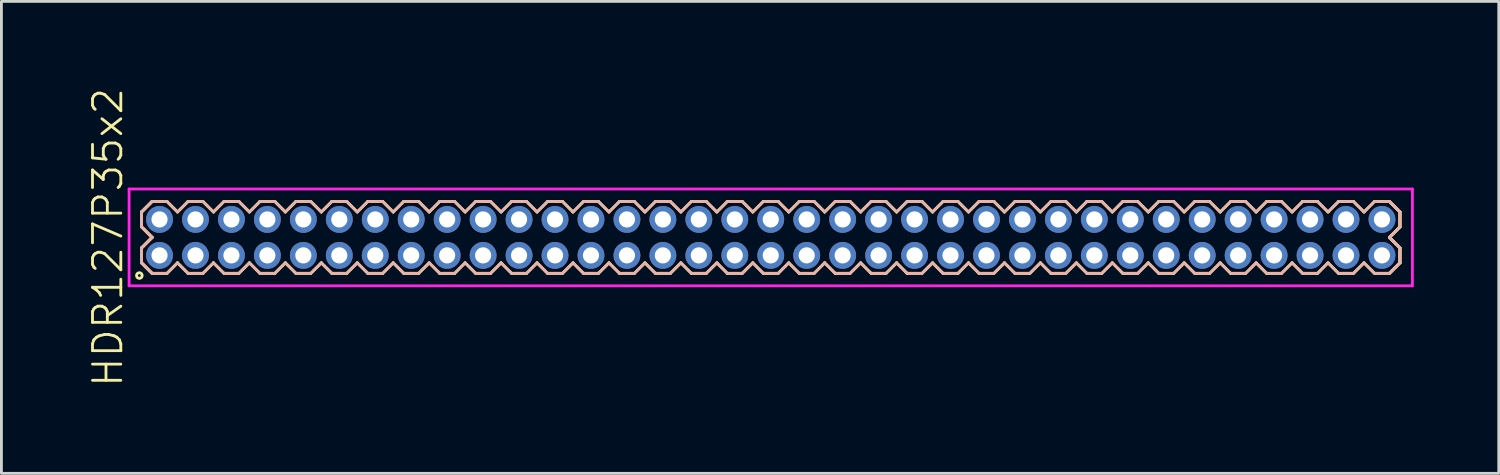
<source format=kicad_pcb>
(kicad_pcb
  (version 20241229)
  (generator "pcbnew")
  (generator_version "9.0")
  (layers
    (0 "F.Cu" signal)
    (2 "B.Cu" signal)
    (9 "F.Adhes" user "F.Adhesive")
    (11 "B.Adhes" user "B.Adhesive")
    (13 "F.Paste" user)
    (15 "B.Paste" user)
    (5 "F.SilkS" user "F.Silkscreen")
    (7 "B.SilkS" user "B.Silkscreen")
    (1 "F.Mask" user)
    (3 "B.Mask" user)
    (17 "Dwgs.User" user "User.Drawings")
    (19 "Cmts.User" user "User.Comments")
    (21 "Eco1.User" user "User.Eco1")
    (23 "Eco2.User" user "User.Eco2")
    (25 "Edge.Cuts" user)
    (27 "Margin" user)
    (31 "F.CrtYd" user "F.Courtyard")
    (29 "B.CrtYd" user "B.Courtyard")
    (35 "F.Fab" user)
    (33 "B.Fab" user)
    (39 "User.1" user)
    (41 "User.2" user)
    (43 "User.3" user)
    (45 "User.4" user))
  (footprint "HDR127P35x2"
    (layer "F.Cu")
    (at 24.175 5.336)
    (property "Reference" "HDR127P35x2" (at -23.415 0 90) (layer "F.SilkS") (effects (font (size 1 1) (thickness 0.1))))
    (attr through_hole)
    (fp_line (start -22.225 -0.898) (end -21.853 -1.27) (stroke (width 0.1) (type solid)) (layer "F.SilkS"))
    (fp_line (start -22.225 -0.898) (end -21.853 -1.27) (stroke (width 0.1) (type solid)) (layer "F.SilkS"))
    (fp_line (start -22.225 -0.372) (end -22.225 -0.898) (stroke (width 0.1) (type solid)) (layer "F.SilkS"))
    (fp_line (start -22.225 -0.372) (end -22.225 -0.898) (stroke (width 0.1) (type solid)) (layer "F.SilkS"))
    (fp_line (start -22.225 0.372) (end -21.853 0) (stroke (width 0.1) (type solid)) (layer "F.SilkS"))
    (fp_line (start -22.225 0.372) (end -21.853 0) (stroke (width 0.1) (type solid)) (layer "F.SilkS"))
    (fp_line (start -22.225 0.898) (end -22.225 0.372) (stroke (width 0.1) (type solid)) (layer "F.SilkS"))
    (fp_line (start -22.225 0.898) (end -22.225 0.372) (stroke (width 0.1) (type solid)) (layer "F.SilkS"))
    (fp_line (start -21.853 -1.27) (end -21.327 -1.27) (stroke (width 0.1) (type solid)) (layer "F.SilkS"))
    (fp_line (start -21.853 0) (end -22.225 -0.372) (stroke (width 0.1) (type solid)) (layer "F.SilkS"))
    (fp_line (start -21.853 0) (end -22.225 -0.372) (stroke (width 0.1) (type solid)) (layer "F.SilkS"))
    (fp_line (start -21.853 1.27) (end -22.225 0.898) (stroke (width 0.1) (type solid)) (layer "F.SilkS"))
    (fp_line (start -21.853 1.27) (end -22.225 0.898) (stroke (width 0.1) (type solid)) (layer "F.SilkS"))
    (fp_line (start -21.327 -1.27) (end -20.955 -0.898) (stroke (width 0.1) (type solid)) (layer "F.SilkS"))
    (fp_line (start -21.327 1.27) (end -21.853 1.27) (stroke (width 0.1) (type solid)) (layer "F.SilkS"))
    (fp_line (start -20.955 -0.898) (end -20.583 -1.27) (stroke (width 0.1) (type solid)) (layer "F.SilkS"))
    (fp_line (start -20.955 0.898) (end -21.327 1.27) (stroke (width 0.1) (type solid)) (layer "F.SilkS"))
    (fp_line (start -20.583 -1.27) (end -20.057 -1.27) (stroke (width 0.1) (type solid)) (layer "F.SilkS"))
    (fp_line (start -20.583 1.27) (end -20.955 0.898) (stroke (width 0.1) (type solid)) (layer "F.SilkS"))
    (fp_line (start -20.057 -1.27) (end -19.685 -0.898) (stroke (width 0.1) (type solid)) (layer "F.SilkS"))
    (fp_line (start -20.057 1.27) (end -20.583 1.27) (stroke (width 0.1) (type solid)) (layer "F.SilkS"))
    (fp_line (start -19.685 -0.898) (end -19.313 -1.27) (stroke (width 0.1) (type solid)) (layer "F.SilkS"))
    (fp_line (start -19.685 0.898) (end -20.057 1.27) (stroke (width 0.1) (type solid)) (layer "F.SilkS"))
    (fp_line (start -19.313 -1.27) (end -18.787 -1.27) (stroke (width 0.1) (type solid)) (layer "F.SilkS"))
    (fp_line (start -19.313 1.27) (end -19.685 0.898) (stroke (width 0.1) (type solid)) (layer "F.SilkS"))
    (fp_line (start -18.787 -1.27) (end -18.415 -0.898) (stroke (width 0.1) (type solid)) (layer "F.SilkS"))
    (fp_line (start -18.787 1.27) (end -19.313 1.27) (stroke (width 0.1) (type solid)) (layer "F.SilkS"))
    (fp_line (start -18.415 -0.898) (end -18.043 -1.27) (stroke (width 0.1) (type solid)) (layer "F.SilkS"))
    (fp_line (start -18.415 0.898) (end -18.787 1.27) (stroke (width 0.1) (type solid)) (layer "F.SilkS"))
    (fp_line (start -18.043 -1.27) (end -17.517 -1.27) (stroke (width 0.1) (type solid)) (layer "F.SilkS"))
    (fp_line (start -18.043 1.27) (end -18.415 0.898) (stroke (width 0.1) (type solid)) (layer "F.SilkS"))
    (fp_line (start -17.517 -1.27) (end -17.145 -0.898) (stroke (width 0.1) (type solid)) (layer "F.SilkS"))
    (fp_line (start -17.517 1.27) (end -18.043 1.27) (stroke (width 0.1) (type solid)) (layer "F.SilkS"))
    (fp_line (start -17.145 -0.898) (end -16.773 -1.27) (stroke (width 0.1) (type solid)) (layer "F.SilkS"))
    (fp_line (start -17.145 0.898) (end -17.517 1.27) (stroke (width 0.1) (type solid)) (layer "F.SilkS"))
    (fp_line (start -16.773 -1.27) (end -16.247 -1.27) (stroke (width 0.1) (type solid)) (layer "F.SilkS"))
    (fp_line (start -16.773 1.27) (end -17.145 0.898) (stroke (width 0.1) (type solid)) (layer "F.SilkS"))
    (fp_line (start -16.247 -1.27) (end -15.875 -0.898) (stroke (width 0.1) (type solid)) (layer "F.SilkS"))
    (fp_line (start -16.247 1.27) (end -16.773 1.27) (stroke (width 0.1) (type solid)) (layer "F.SilkS"))
    (fp_line (start -15.875 -0.898) (end -15.503 -1.27) (stroke (width 0.1) (type solid)) (layer "F.SilkS"))
    (fp_line (start -15.875 0.898) (end -16.247 1.27) (stroke (width 0.1) (type solid)) (layer "F.SilkS"))
    (fp_line (start -15.503 -1.27) (end -14.977 -1.27) (stroke (width 0.1) (type solid)) (layer "F.SilkS"))
    (fp_line (start -15.503 1.27) (end -15.875 0.898) (stroke (width 0.1) (type solid)) (layer "F.SilkS"))
    (fp_line (start -14.977 -1.27) (end -14.605 -0.898) (stroke (width 0.1) (type solid)) (layer "F.SilkS"))
    (fp_line (start -14.977 1.27) (end -15.503 1.27) (stroke (width 0.1) (type solid)) (layer "F.SilkS"))
    (fp_line (start -14.605 -0.898) (end -14.233 -1.27) (stroke (width 0.1) (type solid)) (layer "F.SilkS"))
    (fp_line (start -14.605 0.898) (end -14.977 1.27) (stroke (width 0.1) (type solid)) (layer "F.SilkS"))
    (fp_line (start -14.233 -1.27) (end -13.707 -1.27) (stroke (width 0.1) (type solid)) (layer "F.SilkS"))
    (fp_line (start -14.233 1.27) (end -14.605 0.898) (stroke (width 0.1) (type solid)) (layer "F.SilkS"))
    (fp_line (start -13.707 -1.27) (end -13.335 -0.898) (stroke (width 0.1) (type solid)) (layer "F.SilkS"))
    (fp_line (start -13.707 1.27) (end -14.233 1.27) (stroke (width 0.1) (type solid)) (layer "F.SilkS"))
    (fp_line (start -13.335 -0.898) (end -12.963 -1.27) (stroke (width 0.1) (type solid)) (layer "F.SilkS"))
    (fp_line (start -13.335 0.898) (end -13.707 1.27) (stroke (width 0.1) (type solid)) (layer "F.SilkS"))
    (fp_line (start -12.963 -1.27) (end -12.437 -1.27) (stroke (width 0.1) (type solid)) (layer "F.SilkS"))
    (fp_line (start -12.963 1.27) (end -13.335 0.898) (stroke (width 0.1) (type solid)) (layer "F.SilkS"))
    (fp_line (start -12.437 -1.27) (end -12.065 -0.898) (stroke (width 0.1) (type solid)) (layer "F.SilkS"))
    (fp_line (start -12.437 1.27) (end -12.963 1.27) (stroke (width 0.1) (type solid)) (layer "F.SilkS"))
    (fp_line (start -12.065 -0.898) (end -11.693 -1.27) (stroke (width 0.1) (type solid)) (layer "F.SilkS"))
    (fp_line (start -12.065 0.898) (end -12.437 1.27) (stroke (width 0.1) (type solid)) (layer "F.SilkS"))
    (fp_line (start -11.693 -1.27) (end -11.167 -1.27) (stroke (width 0.1) (type solid)) (layer "F.SilkS"))
    (fp_line (start -11.693 1.27) (end -12.065 0.898) (stroke (width 0.1) (type solid)) (layer "F.SilkS"))
    (fp_line (start -11.167 -1.27) (end -10.795 -0.898) (stroke (width 0.1) (type solid)) (layer "F.SilkS"))
    (fp_line (start -11.167 1.27) (end -11.693 1.27) (stroke (width 0.1) (type solid)) (layer "F.SilkS"))
    (fp_line (start -10.795 -0.898) (end -10.423 -1.27) (stroke (width 0.1) (type solid)) (layer "F.SilkS"))
    (fp_line (start -10.795 0.898) (end -11.167 1.27) (stroke (width 0.1) (type solid)) (layer "F.SilkS"))
    (fp_line (start -10.423 -1.27) (end -9.897 -1.27) (stroke (width 0.1) (type solid)) (layer "F.SilkS"))
    (fp_line (start -10.423 1.27) (end -10.795 0.898) (stroke (width 0.1) (type solid)) (layer "F.SilkS"))
    (fp_line (start -9.897 -1.27) (end -9.525 -0.898) (stroke (width 0.1) (type solid)) (layer "F.SilkS"))
    (fp_line (start -9.897 1.27) (end -10.423 1.27) (stroke (width 0.1) (type solid)) (layer "F.SilkS"))
    (fp_line (start -9.525 -0.898) (end -9.153 -1.27) (stroke (width 0.1) (type solid)) (layer "F.SilkS"))
    (fp_line (start -9.525 0.898) (end -9.897 1.27) (stroke (width 0.1) (type solid)) (layer "F.SilkS"))
    (fp_line (start -9.153 -1.27) (end -8.627 -1.27) (stroke (width 0.1) (type solid)) (layer "F.SilkS"))
    (fp_line (start -9.153 1.27) (end -9.525 0.898) (stroke (width 0.1) (type solid)) (layer "F.SilkS"))
    (fp_line (start -8.627 -1.27) (end -8.255 -0.898) (stroke (width 0.1) (type solid)) (layer "F.SilkS"))
    (fp_line (start -8.627 1.27) (end -9.153 1.27) (stroke (width 0.1) (type solid)) (layer "F.SilkS"))
    (fp_line (start -8.255 -0.898) (end -7.883 -1.27) (stroke (width 0.1) (type solid)) (layer "F.SilkS"))
    (fp_line (start -8.255 0.898) (end -8.627 1.27) (stroke (width 0.1) (type solid)) (layer "F.SilkS"))
    (fp_line (start -7.883 -1.27) (end -7.357 -1.27) (stroke (width 0.1) (type solid)) (layer "F.SilkS"))
    (fp_line (start -7.883 1.27) (end -8.255 0.898) (stroke (width 0.1) (type solid)) (layer "F.SilkS"))
    (fp_line (start -7.357 -1.27) (end -6.985 -0.898) (stroke (width 0.1) (type solid)) (layer "F.SilkS"))
    (fp_line (start -7.357 1.27) (end -7.883 1.27) (stroke (width 0.1) (type solid)) (layer "F.SilkS"))
    (fp_line (start -6.985 -0.898) (end -6.613 -1.27) (stroke (width 0.1) (type solid)) (layer "F.SilkS"))
    (fp_line (start -6.985 0.898) (end -7.357 1.27) (stroke (width 0.1) (type solid)) (layer "F.SilkS"))
    (fp_line (start -6.613 -1.27) (end -6.087 -1.27) (stroke (width 0.1) (type solid)) (layer "F.SilkS"))
    (fp_line (start -6.613 1.27) (end -6.985 0.898) (stroke (width 0.1) (type solid)) (layer "F.SilkS"))
    (fp_line (start -6.087 -1.27) (end -5.715 -0.898) (stroke (width 0.1) (type solid)) (layer "F.SilkS"))
    (fp_line (start -6.087 1.27) (end -6.613 1.27) (stroke (width 0.1) (type solid)) (layer "F.SilkS"))
    (fp_line (start -5.715 -0.898) (end -5.343 -1.27) (stroke (width 0.1) (type solid)) (layer "F.SilkS"))
    (fp_line (start -5.715 0.898) (end -6.087 1.27) (stroke (width 0.1) (type solid)) (layer "F.SilkS"))
    (fp_line (start -5.343 -1.27) (end -4.817 -1.27) (stroke (width 0.1) (type solid)) (layer "F.SilkS"))
    (fp_line (start -5.343 1.27) (end -5.715 0.898) (stroke (width 0.1) (type solid)) (layer "F.SilkS"))
    (fp_line (start -4.817 -1.27) (end -4.445 -0.898) (stroke (width 0.1) (type solid)) (layer "F.SilkS"))
    (fp_line (start -4.817 1.27) (end -5.343 1.27) (stroke (width 0.1) (type solid)) (layer "F.SilkS"))
    (fp_line (start -4.445 -0.898) (end -4.073 -1.27) (stroke (width 0.1) (type solid)) (layer "F.SilkS"))
    (fp_line (start -4.445 0.898) (end -4.817 1.27) (stroke (width 0.1) (type solid)) (layer "F.SilkS"))
    (fp_line (start -4.073 -1.27) (end -3.547 -1.27) (stroke (width 0.1) (type solid)) (layer "F.SilkS"))
    (fp_line (start -4.073 1.27) (end -4.445 0.898) (stroke (width 0.1) (type solid)) (layer "F.SilkS"))
    (fp_line (start -3.547 -1.27) (end -3.175 -0.898) (stroke (width 0.1) (type solid)) (layer "F.SilkS"))
    (fp_line (start -3.547 1.27) (end -4.073 1.27) (stroke (width 0.1) (type solid)) (layer "F.SilkS"))
    (fp_line (start -3.175 -0.898) (end -2.803 -1.27) (stroke (width 0.1) (type solid)) (layer "F.SilkS"))
    (fp_line (start -3.175 0.898) (end -3.547 1.27) (stroke (width 0.1) (type solid)) (layer "F.SilkS"))
    (fp_line (start -2.803 -1.27) (end -2.277 -1.27) (stroke (width 0.1) (type solid)) (layer "F.SilkS"))
    (fp_line (start -2.803 1.27) (end -3.175 0.898) (stroke (width 0.1) (type solid)) (layer "F.SilkS"))
    (fp_line (start -2.277 -1.27) (end -1.905 -0.898) (stroke (width 0.1) (type solid)) (layer "F.SilkS"))
    (fp_line (start -2.277 1.27) (end -2.803 1.27) (stroke (width 0.1) (type solid)) (layer "F.SilkS"))
    (fp_line (start -1.905 -0.898) (end -1.533 -1.27) (stroke (width 0.1) (type solid)) (layer "F.SilkS"))
    (fp_line (start -1.905 0.898) (end -2.277 1.27) (stroke (width 0.1) (type solid)) (layer "F.SilkS"))
    (fp_line (start -1.533 -1.27) (end -1.007 -1.27) (stroke (width 0.1) (type solid)) (layer "F.SilkS"))
    (fp_line (start -1.533 1.27) (end -1.905 0.898) (stroke (width 0.1) (type solid)) (layer "F.SilkS"))
    (fp_line (start -1.007 -1.27) (end -0.635 -0.898) (stroke (width 0.1) (type solid)) (layer "F.SilkS"))
    (fp_line (start -1.007 1.27) (end -1.533 1.27) (stroke (width 0.1) (type solid)) (layer "F.SilkS"))
    (fp_line (start -0.635 -0.898) (end -0.263 -1.27) (stroke (width 0.1) (type solid)) (layer "F.SilkS"))
    (fp_line (start -0.635 0.898) (end -1.007 1.27) (stroke (width 0.1) (type solid)) (layer "F.SilkS"))
    (fp_line (start -0.263 -1.27) (end 0.263 -1.27) (stroke (width 0.1) (type solid)) (layer "F.SilkS"))
    (fp_line (start -0.263 1.27) (end -0.635 0.898) (stroke (width 0.1) (type solid)) (layer "F.SilkS"))
    (fp_line (start 0.263 -1.27) (end 0.635 -0.898) (stroke (width 0.1) (type solid)) (layer "F.SilkS"))
    (fp_line (start 0.263 1.27) (end -0.263 1.27) (stroke (width 0.1) (type solid)) (layer "F.SilkS"))
    (fp_line (start 0.635 -0.898) (end 1.007 -1.27) (stroke (width 0.1) (type solid)) (layer "F.SilkS"))
    (fp_line (start 0.635 0.898) (end 0.263 1.27) (stroke (width 0.1) (type solid)) (layer "F.SilkS"))
    (fp_line (start 1.007 -1.27) (end 1.533 -1.27) (stroke (width 0.1) (type solid)) (layer "F.SilkS"))
    (fp_line (start 1.007 1.27) (end 0.635 0.898) (stroke (width 0.1) (type solid)) (layer "F.SilkS"))
    (fp_line (start 1.533 -1.27) (end 1.905 -0.898) (stroke (width 0.1) (type solid)) (layer "F.SilkS"))
    (fp_line (start 1.533 1.27) (end 1.007 1.27) (stroke (width 0.1) (type solid)) (layer "F.SilkS"))
    (fp_line (start 1.905 -0.898) (end 2.277 -1.27) (stroke (width 0.1) (type solid)) (layer "F.SilkS"))
    (fp_line (start 1.905 0.898) (end 1.533 1.27) (stroke (width 0.1) (type solid)) (layer "F.SilkS"))
    (fp_line (start 2.277 -1.27) (end 2.803 -1.27) (stroke (width 0.1) (type solid)) (layer "F.SilkS"))
    (fp_line (start 2.277 1.27) (end 1.905 0.898) (stroke (width 0.1) (type solid)) (layer "F.SilkS"))
    (fp_line (start 2.803 -1.27) (end 3.175 -0.898) (stroke (width 0.1) (type solid)) (layer "F.SilkS"))
    (fp_line (start 2.803 1.27) (end 2.277 1.27) (stroke (width 0.1) (type solid)) (layer "F.SilkS"))
    (fp_line (start 3.175 -0.898) (end 3.547 -1.27) (stroke (width 0.1) (type solid)) (layer "F.SilkS"))
    (fp_line (start 3.175 0.898) (end 2.803 1.27) (stroke (width 0.1) (type solid)) (layer "F.SilkS"))
    (fp_line (start 3.547 -1.27) (end 4.073 -1.27) (stroke (width 0.1) (type solid)) (layer "F.SilkS"))
    (fp_line (start 3.547 1.27) (end 3.175 0.898) (stroke (width 0.1) (type solid)) (layer "F.SilkS"))
    (fp_line (start 4.073 -1.27) (end 4.445 -0.898) (stroke (width 0.1) (type solid)) (layer "F.SilkS"))
    (fp_line (start 4.073 1.27) (end 3.547 1.27) (stroke (width 0.1) (type solid)) (layer "F.SilkS"))
    (fp_line (start 4.445 -0.898) (end 4.817 -1.27) (stroke (width 0.1) (type solid)) (layer "F.SilkS"))
    (fp_line (start 4.445 0.898) (end 4.073 1.27) (stroke (width 0.1) (type solid)) (layer "F.SilkS"))
    (fp_line (start 4.817 -1.27) (end 5.343 -1.27) (stroke (width 0.1) (type solid)) (layer "F.SilkS"))
    (fp_line (start 4.817 1.27) (end 4.445 0.898) (stroke (width 0.1) (type solid)) (layer "F.SilkS"))
    (fp_line (start 5.343 -1.27) (end 5.715 -0.898) (stroke (width 0.1) (type solid)) (layer "F.SilkS"))
    (fp_line (start 5.343 1.27) (end 4.817 1.27) (stroke (width 0.1) (type solid)) (layer "F.SilkS"))
    (fp_line (start 5.715 -0.898) (end 6.087 -1.27) (stroke (width 0.1) (type solid)) (layer "F.SilkS"))
    (fp_line (start 5.715 0.898) (end 5.343 1.27) (stroke (width 0.1) (type solid)) (layer "F.SilkS"))
    (fp_line (start 6.087 -1.27) (end 6.613 -1.27) (stroke (width 0.1) (type solid)) (layer "F.SilkS"))
    (fp_line (start 6.087 1.27) (end 5.715 0.898) (stroke (width 0.1) (type solid)) (layer "F.SilkS"))
    (fp_line (start 6.613 -1.27) (end 6.985 -0.898) (stroke (width 0.1) (type solid)) (layer "F.SilkS"))
    (fp_line (start 6.613 1.27) (end 6.087 1.27) (stroke (width 0.1) (type solid)) (layer "F.SilkS"))
    (fp_line (start 6.985 -0.898) (end 7.357 -1.27) (stroke (width 0.1) (type solid)) (layer "F.SilkS"))
    (fp_line (start 6.985 0.898) (end 6.613 1.27) (stroke (width 0.1) (type solid)) (layer "F.SilkS"))
    (fp_line (start 7.357 -1.27) (end 7.883 -1.27) (stroke (width 0.1) (type solid)) (layer "F.SilkS"))
    (fp_line (start 7.357 1.27) (end 6.985 0.898) (stroke (width 0.1) (type solid)) (layer "F.SilkS"))
    (fp_line (start 7.883 -1.27) (end 8.255 -0.898) (stroke (width 0.1) (type solid)) (layer "F.SilkS"))
    (fp_line (start 7.883 1.27) (end 7.357 1.27) (stroke (width 0.1) (type solid)) (layer "F.SilkS"))
    (fp_line (start 8.255 -0.898) (end 8.627 -1.27) (stroke (width 0.1) (type solid)) (layer "F.SilkS"))
    (fp_line (start 8.255 0.898) (end 7.883 1.27) (stroke (width 0.1) (type solid)) (layer "F.SilkS"))
    (fp_line (start 8.627 -1.27) (end 9.153 -1.27) (stroke (width 0.1) (type solid)) (layer "F.SilkS"))
    (fp_line (start 8.627 1.27) (end 8.255 0.898) (stroke (width 0.1) (type solid)) (layer "F.SilkS"))
    (fp_line (start 9.153 -1.27) (end 9.525 -0.898) (stroke (width 0.1) (type solid)) (layer "F.SilkS"))
    (fp_line (start 9.153 1.27) (end 8.627 1.27) (stroke (width 0.1) (type solid)) (layer "F.SilkS"))
    (fp_line (start 9.525 -0.898) (end 9.897 -1.27) (stroke (width 0.1) (type solid)) (layer "F.SilkS"))
    (fp_line (start 9.525 0.898) (end 9.153 1.27) (stroke (width 0.1) (type solid)) (layer "F.SilkS"))
    (fp_line (start 9.897 -1.27) (end 10.423 -1.27) (stroke (width 0.1) (type solid)) (layer "F.SilkS"))
    (fp_line (start 9.897 1.27) (end 9.525 0.898) (stroke (width 0.1) (type solid)) (layer "F.SilkS"))
    (fp_line (start 10.423 -1.27) (end 10.795 -0.898) (stroke (width 0.1) (type solid)) (layer "F.SilkS"))
    (fp_line (start 10.423 1.27) (end 9.897 1.27) (stroke (width 0.1) (type solid)) (layer "F.SilkS"))
    (fp_line (start 10.795 -0.898) (end 11.167 -1.27) (stroke (width 0.1) (type solid)) (layer "F.SilkS"))
    (fp_line (start 10.795 0.898) (end 10.423 1.27) (stroke (width 0.1) (type solid)) (layer "F.SilkS"))
    (fp_line (start 11.167 -1.27) (end 11.693 -1.27) (stroke (width 0.1) (type solid)) (layer "F.SilkS"))
    (fp_line (start 11.167 1.27) (end 10.795 0.898) (stroke (width 0.1) (type solid)) (layer "F.SilkS"))
    (fp_line (start 11.693 -1.27) (end 12.065 -0.898) (stroke (width 0.1) (type solid)) (layer "F.SilkS"))
    (fp_line (start 11.693 1.27) (end 11.167 1.27) (stroke (width 0.1) (type solid)) (layer "F.SilkS"))
    (fp_line (start 12.065 -0.898) (end 12.437 -1.27) (stroke (width 0.1) (type solid)) (layer "F.SilkS"))
    (fp_line (start 12.065 0.898) (end 11.693 1.27) (stroke (width 0.1) (type solid)) (layer "F.SilkS"))
    (fp_line (start 12.437 -1.27) (end 12.963 -1.27) (stroke (width 0.1) (type solid)) (layer "F.SilkS"))
    (fp_line (start 12.437 1.27) (end 12.065 0.898) (stroke (width 0.1) (type solid)) (layer "F.SilkS"))
    (fp_line (start 12.963 -1.27) (end 13.335 -0.898) (stroke (width 0.1) (type solid)) (layer "F.SilkS"))
    (fp_line (start 12.963 1.27) (end 12.437 1.27) (stroke (width 0.1) (type solid)) (layer "F.SilkS"))
    (fp_line (start 13.335 -0.898) (end 13.707 -1.27) (stroke (width 0.1) (type solid)) (layer "F.SilkS"))
    (fp_line (start 13.335 0.898) (end 12.963 1.27) (stroke (width 0.1) (type solid)) (layer "F.SilkS"))
    (fp_line (start 13.707 -1.27) (end 14.233 -1.27) (stroke (width 0.1) (type solid)) (layer "F.SilkS"))
    (fp_line (start 13.707 1.27) (end 13.335 0.898) (stroke (width 0.1) (type solid)) (layer "F.SilkS"))
    (fp_line (start 14.233 -1.27) (end 14.605 -0.898) (stroke (width 0.1) (type solid)) (layer "F.SilkS"))
    (fp_line (start 14.233 1.27) (end 13.707 1.27) (stroke (width 0.1) (type solid)) (layer "F.SilkS"))
    (fp_line (start 14.605 -0.898) (end 14.977 -1.27) (stroke (width 0.1) (type solid)) (layer "F.SilkS"))
    (fp_line (start 14.605 0.898) (end 14.233 1.27) (stroke (width 0.1) (type solid)) (layer "F.SilkS"))
    (fp_line (start 14.977 -1.27) (end 15.503 -1.27) (stroke (width 0.1) (type solid)) (layer "F.SilkS"))
    (fp_line (start 14.977 1.27) (end 14.605 0.898) (stroke (width 0.1) (type solid)) (layer "F.SilkS"))
    (fp_line (start 15.503 -1.27) (end 15.875 -0.898) (stroke (width 0.1) (type solid)) (layer "F.SilkS"))
    (fp_line (start 15.503 1.27) (end 14.977 1.27) (stroke (width 0.1) (type solid)) (layer "F.SilkS"))
    (fp_line (start 15.875 -0.898) (end 16.247 -1.27) (stroke (width 0.1) (type solid)) (layer "F.SilkS"))
    (fp_line (start 15.875 0.898) (end 15.503 1.27) (stroke (width 0.1) (type solid)) (layer "F.SilkS"))
    (fp_line (start 16.247 -1.27) (end 16.773 -1.27) (stroke (width 0.1) (type solid)) (layer "F.SilkS"))
    (fp_line (start 16.247 1.27) (end 15.875 0.898) (stroke (width 0.1) (type solid)) (layer "F.SilkS"))
    (fp_line (start 16.773 -1.27) (end 17.145 -0.898) (stroke (width 0.1) (type solid)) (layer "F.SilkS"))
    (fp_line (start 16.773 1.27) (end 16.247 1.27) (stroke (width 0.1) (type solid)) (layer "F.SilkS"))
    (fp_line (start 17.145 -0.898) (end 17.517 -1.27) (stroke (width 0.1) (type solid)) (layer "F.SilkS"))
    (fp_line (start 17.145 0.898) (end 16.773 1.27) (stroke (width 0.1) (type solid)) (layer "F.SilkS"))
    (fp_line (start 17.517 -1.27) (end 18.043 -1.27) (stroke (width 0.1) (type solid)) (layer "F.SilkS"))
    (fp_line (start 17.517 1.27) (end 17.145 0.898) (stroke (width 0.1) (type solid)) (layer "F.SilkS"))
    (fp_line (start 18.043 -1.27) (end 18.415 -0.898) (stroke (width 0.1) (type solid)) (layer "F.SilkS"))
    (fp_line (start 18.043 1.27) (end 17.517 1.27) (stroke (width 0.1) (type solid)) (layer "F.SilkS"))
    (fp_line (start 18.415 -0.898) (end 18.787 -1.27) (stroke (width 0.1) (type solid)) (layer "F.SilkS"))
    (fp_line (start 18.415 0.898) (end 18.043 1.27) (stroke (width 0.1) (type solid)) (layer "F.SilkS"))
    (fp_line (start 18.787 -1.27) (end 19.313 -1.27) (stroke (width 0.1) (type solid)) (layer "F.SilkS"))
    (fp_line (start 18.787 1.27) (end 18.415 0.898) (stroke (width 0.1) (type solid)) (layer "F.SilkS"))
    (fp_line (start 19.313 -1.27) (end 19.685 -0.898) (stroke (width 0.1) (type solid)) (layer "F.SilkS"))
    (fp_line (start 19.313 1.27) (end 18.787 1.27) (stroke (width 0.1) (type solid)) (layer "F.SilkS"))
    (fp_line (start 19.685 -0.898) (end 20.057 -1.27) (stroke (width 0.1) (type solid)) (layer "F.SilkS"))
    (fp_line (start 19.685 0.898) (end 19.313 1.27) (stroke (width 0.1) (type solid)) (layer "F.SilkS"))
    (fp_line (start 20.057 -1.27) (end 20.583 -1.27) (stroke (width 0.1) (type solid)) (layer "F.SilkS"))
    (fp_line (start 20.057 1.27) (end 19.685 0.898) (stroke (width 0.1) (type solid)) (layer "F.SilkS"))
    (fp_line (start 20.583 -1.27) (end 20.955 -0.898) (stroke (width 0.1) (type solid)) (layer "F.SilkS"))
    (fp_line (start 20.583 1.27) (end 20.057 1.27) (stroke (width 0.1) (type solid)) (layer "F.SilkS"))
    (fp_line (start 20.955 -0.898) (end 21.327 -1.27) (stroke (width 0.1) (type solid)) (layer "F.SilkS"))
    (fp_line (start 20.955 0.898) (end 20.583 1.27) (stroke (width 0.1) (type solid)) (layer "F.SilkS"))
    (fp_line (start 21.327 -1.27) (end 21.853 -1.27) (stroke (width 0.1) (type solid)) (layer "F.SilkS"))
    (fp_line (start 21.327 1.27) (end 20.955 0.898) (stroke (width 0.1) (type solid)) (layer "F.SilkS"))
    (fp_line (start 21.853 -1.27) (end 22.225 -0.898) (stroke (width 0.1) (type solid)) (layer "F.SilkS"))
    (fp_line (start 21.853 -1.27) (end 22.225 -0.898) (stroke (width 0.1) (type solid)) (layer "F.SilkS"))
    (fp_line (start 21.853 0) (end 22.225 0.372) (stroke (width 0.1) (type solid)) (layer "F.SilkS"))
    (fp_line (start 21.853 0) (end 22.225 0.372) (stroke (width 0.1) (type solid)) (layer "F.SilkS"))
    (fp_line (start 21.853 1.27) (end 21.327 1.27) (stroke (width 0.1) (type solid)) (layer "F.SilkS"))
    (fp_line (start 22.225 -0.898) (end 22.225 -0.372) (stroke (width 0.1) (type solid)) (layer "F.SilkS"))
    (fp_line (start 22.225 -0.898) (end 22.225 -0.372) (stroke (width 0.1) (type solid)) (layer "F.SilkS"))
    (fp_line (start 22.225 -0.372) (end 21.853 0) (stroke (width 0.1) (type solid)) (layer "F.SilkS"))
    (fp_line (start 22.225 -0.372) (end 21.853 0) (stroke (width 0.1) (type solid)) (layer "F.SilkS"))
    (fp_line (start 22.225 0.372) (end 22.225 0.898) (stroke (width 0.1) (type solid)) (layer "F.SilkS"))
    (fp_line (start 22.225 0.372) (end 22.225 0.898) (stroke (width 0.1) (type solid)) (layer "F.SilkS"))
    (fp_line (start 22.225 0.898) (end 21.853 1.27) (stroke (width 0.1) (type solid)) (layer "F.SilkS"))
    (fp_line (start 22.225 0.898) (end 21.853 1.27) (stroke (width 0.1) (type solid)) (layer "F.SilkS"))
    (fp_circle (center -22.303 1.347) (end -22.203 1.347) (stroke (width 0.1) (type solid)) (fill no) (layer "F.SilkS"))
    (fp_line (start -22.225 -0.898) (end -21.853 -1.27) (stroke (width 0.1) (type solid)) (layer "B.SilkS"))
    (fp_line (start -22.225 -0.898) (end -21.853 -1.27) (stroke (width 0.1) (type solid)) (layer "B.SilkS"))
    (fp_line (start -22.225 -0.372) (end -22.225 -0.898) (stroke (width 0.1) (type solid)) (layer "B.SilkS"))
    (fp_line (start -22.225 -0.372) (end -22.225 -0.898) (stroke (width 0.1) (type solid)) (layer "B.SilkS"))
    (fp_line (start -22.225 0.372) (end -21.853 0) (stroke (width 0.1) (type solid)) (layer "B.SilkS"))
    (fp_line (start -22.225 0.372) (end -21.853 0) (stroke (width 0.1) (type solid)) (layer "B.SilkS"))
    (fp_line (start -22.225 0.898) (end -22.225 0.372) (stroke (width 0.1) (type solid)) (layer "B.SilkS"))
    (fp_line (start -22.225 0.898) (end -22.225 0.372) (stroke (width 0.1) (type solid)) (layer "B.SilkS"))
    (fp_line (start -21.853 -1.27) (end -21.327 -1.27) (stroke (width 0.1) (type solid)) (layer "B.SilkS"))
    (fp_line (start -21.853 0) (end -22.225 -0.372) (stroke (width 0.1) (type solid)) (layer "B.SilkS"))
    (fp_line (start -21.853 0) (end -22.225 -0.372) (stroke (width 0.1) (type solid)) (layer "B.SilkS"))
    (fp_line (start -21.853 1.27) (end -22.225 0.898) (stroke (width 0.1) (type solid)) (layer "B.SilkS"))
    (fp_line (start -21.853 1.27) (end -22.225 0.898) (stroke (width 0.1) (type solid)) (layer "B.SilkS"))
    (fp_line (start -21.327 -1.27) (end -20.955 -0.898) (stroke (width 0.1) (type solid)) (layer "B.SilkS"))
    (fp_line (start -21.327 1.27) (end -21.853 1.27) (stroke (width 0.1) (type solid)) (layer "B.SilkS"))
    (fp_line (start -20.955 -0.898) (end -20.583 -1.27) (stroke (width 0.1) (type solid)) (layer "B.SilkS"))
    (fp_line (start -20.955 0.898) (end -21.327 1.27) (stroke (width 0.1) (type solid)) (layer "B.SilkS"))
    (fp_line (start -20.583 -1.27) (end -20.057 -1.27) (stroke (width 0.1) (type solid)) (layer "B.SilkS"))
    (fp_line (start -20.583 1.27) (end -20.955 0.898) (stroke (width 0.1) (type solid)) (layer "B.SilkS"))
    (fp_line (start -20.057 -1.27) (end -19.685 -0.898) (stroke (width 0.1) (type solid)) (layer "B.SilkS"))
    (fp_line (start -20.057 1.27) (end -20.583 1.27) (stroke (width 0.1) (type solid)) (layer "B.SilkS"))
    (fp_line (start -19.685 -0.898) (end -19.313 -1.27) (stroke (width 0.1) (type solid)) (layer "B.SilkS"))
    (fp_line (start -19.685 0.898) (end -20.057 1.27) (stroke (width 0.1) (type solid)) (layer "B.SilkS"))
    (fp_line (start -19.313 -1.27) (end -18.787 -1.27) (stroke (width 0.1) (type solid)) (layer "B.SilkS"))
    (fp_line (start -19.313 1.27) (end -19.685 0.898) (stroke (width 0.1) (type solid)) (layer "B.SilkS"))
    (fp_line (start -18.787 -1.27) (end -18.415 -0.898) (stroke (width 0.1) (type solid)) (layer "B.SilkS"))
    (fp_line (start -18.787 1.27) (end -19.313 1.27) (stroke (width 0.1) (type solid)) (layer "B.SilkS"))
    (fp_line (start -18.415 -0.898) (end -18.043 -1.27) (stroke (width 0.1) (type solid)) (layer "B.SilkS"))
    (fp_line (start -18.415 0.898) (end -18.787 1.27) (stroke (width 0.1) (type solid)) (layer "B.SilkS"))
    (fp_line (start -18.043 -1.27) (end -17.517 -1.27) (stroke (width 0.1) (type solid)) (layer "B.SilkS"))
    (fp_line (start -18.043 1.27) (end -18.415 0.898) (stroke (width 0.1) (type solid)) (layer "B.SilkS"))
    (fp_line (start -17.517 -1.27) (end -17.145 -0.898) (stroke (width 0.1) (type solid)) (layer "B.SilkS"))
    (fp_line (start -17.517 1.27) (end -18.043 1.27) (stroke (width 0.1) (type solid)) (layer "B.SilkS"))
    (fp_line (start -17.145 -0.898) (end -16.773 -1.27) (stroke (width 0.1) (type solid)) (layer "B.SilkS"))
    (fp_line (start -17.145 0.898) (end -17.517 1.27) (stroke (width 0.1) (type solid)) (layer "B.SilkS"))
    (fp_line (start -16.773 -1.27) (end -16.247 -1.27) (stroke (width 0.1) (type solid)) (layer "B.SilkS"))
    (fp_line (start -16.773 1.27) (end -17.145 0.898) (stroke (width 0.1) (type solid)) (layer "B.SilkS"))
    (fp_line (start -16.247 -1.27) (end -15.875 -0.898) (stroke (width 0.1) (type solid)) (layer "B.SilkS"))
    (fp_line (start -16.247 1.27) (end -16.773 1.27) (stroke (width 0.1) (type solid)) (layer "B.SilkS"))
    (fp_line (start -15.875 -0.898) (end -15.503 -1.27) (stroke (width 0.1) (type solid)) (layer "B.SilkS"))
    (fp_line (start -15.875 0.898) (end -16.247 1.27) (stroke (width 0.1) (type solid)) (layer "B.SilkS"))
    (fp_line (start -15.503 -1.27) (end -14.977 -1.27) (stroke (width 0.1) (type solid)) (layer "B.SilkS"))
    (fp_line (start -15.503 1.27) (end -15.875 0.898) (stroke (width 0.1) (type solid)) (layer "B.SilkS"))
    (fp_line (start -14.977 -1.27) (end -14.605 -0.898) (stroke (width 0.1) (type solid)) (layer "B.SilkS"))
    (fp_line (start -14.977 1.27) (end -15.503 1.27) (stroke (width 0.1) (type solid)) (layer "B.SilkS"))
    (fp_line (start -14.605 -0.898) (end -14.233 -1.27) (stroke (width 0.1) (type solid)) (layer "B.SilkS"))
    (fp_line (start -14.605 0.898) (end -14.977 1.27) (stroke (width 0.1) (type solid)) (layer "B.SilkS"))
    (fp_line (start -14.233 -1.27) (end -13.707 -1.27) (stroke (width 0.1) (type solid)) (layer "B.SilkS"))
    (fp_line (start -14.233 1.27) (end -14.605 0.898) (stroke (width 0.1) (type solid)) (layer "B.SilkS"))
    (fp_line (start -13.707 -1.27) (end -13.335 -0.898) (stroke (width 0.1) (type solid)) (layer "B.SilkS"))
    (fp_line (start -13.707 1.27) (end -14.233 1.27) (stroke (width 0.1) (type solid)) (layer "B.SilkS"))
    (fp_line (start -13.335 -0.898) (end -12.963 -1.27) (stroke (width 0.1) (type solid)) (layer "B.SilkS"))
    (fp_line (start -13.335 0.898) (end -13.707 1.27) (stroke (width 0.1) (type solid)) (layer "B.SilkS"))
    (fp_line (start -12.963 -1.27) (end -12.437 -1.27) (stroke (width 0.1) (type solid)) (layer "B.SilkS"))
    (fp_line (start -12.963 1.27) (end -13.335 0.898) (stroke (width 0.1) (type solid)) (layer "B.SilkS"))
    (fp_line (start -12.437 -1.27) (end -12.065 -0.898) (stroke (width 0.1) (type solid)) (layer "B.SilkS"))
    (fp_line (start -12.437 1.27) (end -12.963 1.27) (stroke (width 0.1) (type solid)) (layer "B.SilkS"))
    (fp_line (start -12.065 -0.898) (end -11.693 -1.27) (stroke (width 0.1) (type solid)) (layer "B.SilkS"))
    (fp_line (start -12.065 0.898) (end -12.437 1.27) (stroke (width 0.1) (type solid)) (layer "B.SilkS"))
    (fp_line (start -11.693 -1.27) (end -11.167 -1.27) (stroke (width 0.1) (type solid)) (layer "B.SilkS"))
    (fp_line (start -11.693 1.27) (end -12.065 0.898) (stroke (width 0.1) (type solid)) (layer "B.SilkS"))
    (fp_line (start -11.167 -1.27) (end -10.795 -0.898) (stroke (width 0.1) (type solid)) (layer "B.SilkS"))
    (fp_line (start -11.167 1.27) (end -11.693 1.27) (stroke (width 0.1) (type solid)) (layer "B.SilkS"))
    (fp_line (start -10.795 -0.898) (end -10.423 -1.27) (stroke (width 0.1) (type solid)) (layer "B.SilkS"))
    (fp_line (start -10.795 0.898) (end -11.167 1.27) (stroke (width 0.1) (type solid)) (layer "B.SilkS"))
    (fp_line (start -10.423 -1.27) (end -9.897 -1.27) (stroke (width 0.1) (type solid)) (layer "B.SilkS"))
    (fp_line (start -10.423 1.27) (end -10.795 0.898) (stroke (width 0.1) (type solid)) (layer "B.SilkS"))
    (fp_line (start -9.897 -1.27) (end -9.525 -0.898) (stroke (width 0.1) (type solid)) (layer "B.SilkS"))
    (fp_line (start -9.897 1.27) (end -10.423 1.27) (stroke (width 0.1) (type solid)) (layer "B.SilkS"))
    (fp_line (start -9.525 -0.898) (end -9.153 -1.27) (stroke (width 0.1) (type solid)) (layer "B.SilkS"))
    (fp_line (start -9.525 0.898) (end -9.897 1.27) (stroke (width 0.1) (type solid)) (layer "B.SilkS"))
    (fp_line (start -9.153 -1.27) (end -8.627 -1.27) (stroke (width 0.1) (type solid)) (layer "B.SilkS"))
    (fp_line (start -9.153 1.27) (end -9.525 0.898) (stroke (width 0.1) (type solid)) (layer "B.SilkS"))
    (fp_line (start -8.627 -1.27) (end -8.255 -0.898) (stroke (width 0.1) (type solid)) (layer "B.SilkS"))
    (fp_line (start -8.627 1.27) (end -9.153 1.27) (stroke (width 0.1) (type solid)) (layer "B.SilkS"))
    (fp_line (start -8.255 -0.898) (end -7.883 -1.27) (stroke (width 0.1) (type solid)) (layer "B.SilkS"))
    (fp_line (start -8.255 0.898) (end -8.627 1.27) (stroke (width 0.1) (type solid)) (layer "B.SilkS"))
    (fp_line (start -7.883 -1.27) (end -7.357 -1.27) (stroke (width 0.1) (type solid)) (layer "B.SilkS"))
    (fp_line (start -7.883 1.27) (end -8.255 0.898) (stroke (width 0.1) (type solid)) (layer "B.SilkS"))
    (fp_line (start -7.357 -1.27) (end -6.985 -0.898) (stroke (width 0.1) (type solid)) (layer "B.SilkS"))
    (fp_line (start -7.357 1.27) (end -7.883 1.27) (stroke (width 0.1) (type solid)) (layer "B.SilkS"))
    (fp_line (start -6.985 -0.898) (end -6.613 -1.27) (stroke (width 0.1) (type solid)) (layer "B.SilkS"))
    (fp_line (start -6.985 0.898) (end -7.357 1.27) (stroke (width 0.1) (type solid)) (layer "B.SilkS"))
    (fp_line (start -6.613 -1.27) (end -6.087 -1.27) (stroke (width 0.1) (type solid)) (layer "B.SilkS"))
    (fp_line (start -6.613 1.27) (end -6.985 0.898) (stroke (width 0.1) (type solid)) (layer "B.SilkS"))
    (fp_line (start -6.087 -1.27) (end -5.715 -0.898) (stroke (width 0.1) (type solid)) (layer "B.SilkS"))
    (fp_line (start -6.087 1.27) (end -6.613 1.27) (stroke (width 0.1) (type solid)) (layer "B.SilkS"))
    (fp_line (start -5.715 -0.898) (end -5.343 -1.27) (stroke (width 0.1) (type solid)) (layer "B.SilkS"))
    (fp_line (start -5.715 0.898) (end -6.087 1.27) (stroke (width 0.1) (type solid)) (layer "B.SilkS"))
    (fp_line (start -5.343 -1.27) (end -4.817 -1.27) (stroke (width 0.1) (type solid)) (layer "B.SilkS"))
    (fp_line (start -5.343 1.27) (end -5.715 0.898) (stroke (width 0.1) (type solid)) (layer "B.SilkS"))
    (fp_line (start -4.817 -1.27) (end -4.445 -0.898) (stroke (width 0.1) (type solid)) (layer "B.SilkS"))
    (fp_line (start -4.817 1.27) (end -5.343 1.27) (stroke (width 0.1) (type solid)) (layer "B.SilkS"))
    (fp_line (start -4.445 -0.898) (end -4.073 -1.27) (stroke (width 0.1) (type solid)) (layer "B.SilkS"))
    (fp_line (start -4.445 0.898) (end -4.817 1.27) (stroke (width 0.1) (type solid)) (layer "B.SilkS"))
    (fp_line (start -4.073 -1.27) (end -3.547 -1.27) (stroke (width 0.1) (type solid)) (layer "B.SilkS"))
    (fp_line (start -4.073 1.27) (end -4.445 0.898) (stroke (width 0.1) (type solid)) (layer "B.SilkS"))
    (fp_line (start -3.547 -1.27) (end -3.175 -0.898) (stroke (width 0.1) (type solid)) (layer "B.SilkS"))
    (fp_line (start -3.547 1.27) (end -4.073 1.27) (stroke (width 0.1) (type solid)) (layer "B.SilkS"))
    (fp_line (start -3.175 -0.898) (end -2.803 -1.27) (stroke (width 0.1) (type solid)) (layer "B.SilkS"))
    (fp_line (start -3.175 0.898) (end -3.547 1.27) (stroke (width 0.1) (type solid)) (layer "B.SilkS"))
    (fp_line (start -2.803 -1.27) (end -2.277 -1.27) (stroke (width 0.1) (type solid)) (layer "B.SilkS"))
    (fp_line (start -2.803 1.27) (end -3.175 0.898) (stroke (width 0.1) (type solid)) (layer "B.SilkS"))
    (fp_line (start -2.277 -1.27) (end -1.905 -0.898) (stroke (width 0.1) (type solid)) (layer "B.SilkS"))
    (fp_line (start -2.277 1.27) (end -2.803 1.27) (stroke (width 0.1) (type solid)) (layer "B.SilkS"))
    (fp_line (start -1.905 -0.898) (end -1.533 -1.27) (stroke (width 0.1) (type solid)) (layer "B.SilkS"))
    (fp_line (start -1.905 0.898) (end -2.277 1.27) (stroke (width 0.1) (type solid)) (layer "B.SilkS"))
    (fp_line (start -1.533 -1.27) (end -1.007 -1.27) (stroke (width 0.1) (type solid)) (layer "B.SilkS"))
    (fp_line (start -1.533 1.27) (end -1.905 0.898) (stroke (width 0.1) (type solid)) (layer "B.SilkS"))
    (fp_line (start -1.007 -1.27) (end -0.635 -0.898) (stroke (width 0.1) (type solid)) (layer "B.SilkS"))
    (fp_line (start -1.007 1.27) (end -1.533 1.27) (stroke (width 0.1) (type solid)) (layer "B.SilkS"))
    (fp_line (start -0.635 -0.898) (end -0.263 -1.27) (stroke (width 0.1) (type solid)) (layer "B.SilkS"))
    (fp_line (start -0.635 0.898) (end -1.007 1.27) (stroke (width 0.1) (type solid)) (layer "B.SilkS"))
    (fp_line (start -0.263 -1.27) (end 0.263 -1.27) (stroke (width 0.1) (type solid)) (layer "B.SilkS"))
    (fp_line (start -0.263 1.27) (end -0.635 0.898) (stroke (width 0.1) (type solid)) (layer "B.SilkS"))
    (fp_line (start 0.263 -1.27) (end 0.635 -0.898) (stroke (width 0.1) (type solid)) (layer "B.SilkS"))
    (fp_line (start 0.263 1.27) (end -0.263 1.27) (stroke (width 0.1) (type solid)) (layer "B.SilkS"))
    (fp_line (start 0.635 -0.898) (end 1.007 -1.27) (stroke (width 0.1) (type solid)) (layer "B.SilkS"))
    (fp_line (start 0.635 0.898) (end 0.263 1.27) (stroke (width 0.1) (type solid)) (layer "B.SilkS"))
    (fp_line (start 1.007 -1.27) (end 1.533 -1.27) (stroke (width 0.1) (type solid)) (layer "B.SilkS"))
    (fp_line (start 1.007 1.27) (end 0.635 0.898) (stroke (width 0.1) (type solid)) (layer "B.SilkS"))
    (fp_line (start 1.533 -1.27) (end 1.905 -0.898) (stroke (width 0.1) (type solid)) (layer "B.SilkS"))
    (fp_line (start 1.533 1.27) (end 1.007 1.27) (stroke (width 0.1) (type solid)) (layer "B.SilkS"))
    (fp_line (start 1.905 -0.898) (end 2.277 -1.27) (stroke (width 0.1) (type solid)) (layer "B.SilkS"))
    (fp_line (start 1.905 0.898) (end 1.533 1.27) (stroke (width 0.1) (type solid)) (layer "B.SilkS"))
    (fp_line (start 2.277 -1.27) (end 2.803 -1.27) (stroke (width 0.1) (type solid)) (layer "B.SilkS"))
    (fp_line (start 2.277 1.27) (end 1.905 0.898) (stroke (width 0.1) (type solid)) (layer "B.SilkS"))
    (fp_line (start 2.803 -1.27) (end 3.175 -0.898) (stroke (width 0.1) (type solid)) (layer "B.SilkS"))
    (fp_line (start 2.803 1.27) (end 2.277 1.27) (stroke (width 0.1) (type solid)) (layer "B.SilkS"))
    (fp_line (start 3.175 -0.898) (end 3.547 -1.27) (stroke (width 0.1) (type solid)) (layer "B.SilkS"))
    (fp_line (start 3.175 0.898) (end 2.803 1.27) (stroke (width 0.1) (type solid)) (layer "B.SilkS"))
    (fp_line (start 3.547 -1.27) (end 4.073 -1.27) (stroke (width 0.1) (type solid)) (layer "B.SilkS"))
    (fp_line (start 3.547 1.27) (end 3.175 0.898) (stroke (width 0.1) (type solid)) (layer "B.SilkS"))
    (fp_line (start 4.073 -1.27) (end 4.445 -0.898) (stroke (width 0.1) (type solid)) (layer "B.SilkS"))
    (fp_line (start 4.073 1.27) (end 3.547 1.27) (stroke (width 0.1) (type solid)) (layer "B.SilkS"))
    (fp_line (start 4.445 -0.898) (end 4.817 -1.27) (stroke (width 0.1) (type solid)) (layer "B.SilkS"))
    (fp_line (start 4.445 0.898) (end 4.073 1.27) (stroke (width 0.1) (type solid)) (layer "B.SilkS"))
    (fp_line (start 4.817 -1.27) (end 5.343 -1.27) (stroke (width 0.1) (type solid)) (layer "B.SilkS"))
    (fp_line (start 4.817 1.27) (end 4.445 0.898) (stroke (width 0.1) (type solid)) (layer "B.SilkS"))
    (fp_line (start 5.343 -1.27) (end 5.715 -0.898) (stroke (width 0.1) (type solid)) (layer "B.SilkS"))
    (fp_line (start 5.343 1.27) (end 4.817 1.27) (stroke (width 0.1) (type solid)) (layer "B.SilkS"))
    (fp_line (start 5.715 -0.898) (end 6.087 -1.27) (stroke (width 0.1) (type solid)) (layer "B.SilkS"))
    (fp_line (start 5.715 0.898) (end 5.343 1.27) (stroke (width 0.1) (type solid)) (layer "B.SilkS"))
    (fp_line (start 6.087 -1.27) (end 6.613 -1.27) (stroke (width 0.1) (type solid)) (layer "B.SilkS"))
    (fp_line (start 6.087 1.27) (end 5.715 0.898) (stroke (width 0.1) (type solid)) (layer "B.SilkS"))
    (fp_line (start 6.613 -1.27) (end 6.985 -0.898) (stroke (width 0.1) (type solid)) (layer "B.SilkS"))
    (fp_line (start 6.613 1.27) (end 6.087 1.27) (stroke (width 0.1) (type solid)) (layer "B.SilkS"))
    (fp_line (start 6.985 -0.898) (end 7.357 -1.27) (stroke (width 0.1) (type solid)) (layer "B.SilkS"))
    (fp_line (start 6.985 0.898) (end 6.613 1.27) (stroke (width 0.1) (type solid)) (layer "B.SilkS"))
    (fp_line (start 7.357 -1.27) (end 7.883 -1.27) (stroke (width 0.1) (type solid)) (layer "B.SilkS"))
    (fp_line (start 7.357 1.27) (end 6.985 0.898) (stroke (width 0.1) (type solid)) (layer "B.SilkS"))
    (fp_line (start 7.883 -1.27) (end 8.255 -0.898) (stroke (width 0.1) (type solid)) (layer "B.SilkS"))
    (fp_line (start 7.883 1.27) (end 7.357 1.27) (stroke (width 0.1) (type solid)) (layer "B.SilkS"))
    (fp_line (start 8.255 -0.898) (end 8.627 -1.27) (stroke (width 0.1) (type solid)) (layer "B.SilkS"))
    (fp_line (start 8.255 0.898) (end 7.883 1.27) (stroke (width 0.1) (type solid)) (layer "B.SilkS"))
    (fp_line (start 8.627 -1.27) (end 9.153 -1.27) (stroke (width 0.1) (type solid)) (layer "B.SilkS"))
    (fp_line (start 8.627 1.27) (end 8.255 0.898) (stroke (width 0.1) (type solid)) (layer "B.SilkS"))
    (fp_line (start 9.153 -1.27) (end 9.525 -0.898) (stroke (width 0.1) (type solid)) (layer "B.SilkS"))
    (fp_line (start 9.153 1.27) (end 8.627 1.27) (stroke (width 0.1) (type solid)) (layer "B.SilkS"))
    (fp_line (start 9.525 -0.898) (end 9.897 -1.27) (stroke (width 0.1) (type solid)) (layer "B.SilkS"))
    (fp_line (start 9.525 0.898) (end 9.153 1.27) (stroke (width 0.1) (type solid)) (layer "B.SilkS"))
    (fp_line (start 9.897 -1.27) (end 10.423 -1.27) (stroke (width 0.1) (type solid)) (layer "B.SilkS"))
    (fp_line (start 9.897 1.27) (end 9.525 0.898) (stroke (width 0.1) (type solid)) (layer "B.SilkS"))
    (fp_line (start 10.423 -1.27) (end 10.795 -0.898) (stroke (width 0.1) (type solid)) (layer "B.SilkS"))
    (fp_line (start 10.423 1.27) (end 9.897 1.27) (stroke (width 0.1) (type solid)) (layer "B.SilkS"))
    (fp_line (start 10.795 -0.898) (end 11.167 -1.27) (stroke (width 0.1) (type solid)) (layer "B.SilkS"))
    (fp_line (start 10.795 0.898) (end 10.423 1.27) (stroke (width 0.1) (type solid)) (layer "B.SilkS"))
    (fp_line (start 11.167 -1.27) (end 11.693 -1.27) (stroke (width 0.1) (type solid)) (layer "B.SilkS"))
    (fp_line (start 11.167 1.27) (end 10.795 0.898) (stroke (width 0.1) (type solid)) (layer "B.SilkS"))
    (fp_line (start 11.693 -1.27) (end 12.065 -0.898) (stroke (width 0.1) (type solid)) (layer "B.SilkS"))
    (fp_line (start 11.693 1.27) (end 11.167 1.27) (stroke (width 0.1) (type solid)) (layer "B.SilkS"))
    (fp_line (start 12.065 -0.898) (end 12.437 -1.27) (stroke (width 0.1) (type solid)) (layer "B.SilkS"))
    (fp_line (start 12.065 0.898) (end 11.693 1.27) (stroke (width 0.1) (type solid)) (layer "B.SilkS"))
    (fp_line (start 12.437 -1.27) (end 12.963 -1.27) (stroke (width 0.1) (type solid)) (layer "B.SilkS"))
    (fp_line (start 12.437 1.27) (end 12.065 0.898) (stroke (width 0.1) (type solid)) (layer "B.SilkS"))
    (fp_line (start 12.963 -1.27) (end 13.335 -0.898) (stroke (width 0.1) (type solid)) (layer "B.SilkS"))
    (fp_line (start 12.963 1.27) (end 12.437 1.27) (stroke (width 0.1) (type solid)) (layer "B.SilkS"))
    (fp_line (start 13.335 -0.898) (end 13.707 -1.27) (stroke (width 0.1) (type solid)) (layer "B.SilkS"))
    (fp_line (start 13.335 0.898) (end 12.963 1.27) (stroke (width 0.1) (type solid)) (layer "B.SilkS"))
    (fp_line (start 13.707 -1.27) (end 14.233 -1.27) (stroke (width 0.1) (type solid)) (layer "B.SilkS"))
    (fp_line (start 13.707 1.27) (end 13.335 0.898) (stroke (width 0.1) (type solid)) (layer "B.SilkS"))
    (fp_line (start 14.233 -1.27) (end 14.605 -0.898) (stroke (width 0.1) (type solid)) (layer "B.SilkS"))
    (fp_line (start 14.233 1.27) (end 13.707 1.27) (stroke (width 0.1) (type solid)) (layer "B.SilkS"))
    (fp_line (start 14.605 -0.898) (end 14.977 -1.27) (stroke (width 0.1) (type solid)) (layer "B.SilkS"))
    (fp_line (start 14.605 0.898) (end 14.233 1.27) (stroke (width 0.1) (type solid)) (layer "B.SilkS"))
    (fp_line (start 14.977 -1.27) (end 15.503 -1.27) (stroke (width 0.1) (type solid)) (layer "B.SilkS"))
    (fp_line (start 14.977 1.27) (end 14.605 0.898) (stroke (width 0.1) (type solid)) (layer "B.SilkS"))
    (fp_line (start 15.503 -1.27) (end 15.875 -0.898) (stroke (width 0.1) (type solid)) (layer "B.SilkS"))
    (fp_line (start 15.503 1.27) (end 14.977 1.27) (stroke (width 0.1) (type solid)) (layer "B.SilkS"))
    (fp_line (start 15.875 -0.898) (end 16.247 -1.27) (stroke (width 0.1) (type solid)) (layer "B.SilkS"))
    (fp_line (start 15.875 0.898) (end 15.503 1.27) (stroke (width 0.1) (type solid)) (layer "B.SilkS"))
    (fp_line (start 16.247 -1.27) (end 16.773 -1.27) (stroke (width 0.1) (type solid)) (layer "B.SilkS"))
    (fp_line (start 16.247 1.27) (end 15.875 0.898) (stroke (width 0.1) (type solid)) (layer "B.SilkS"))
    (fp_line (start 16.773 -1.27) (end 17.145 -0.898) (stroke (width 0.1) (type solid)) (layer "B.SilkS"))
    (fp_line (start 16.773 1.27) (end 16.247 1.27) (stroke (width 0.1) (type solid)) (layer "B.SilkS"))
    (fp_line (start 17.145 -0.898) (end 17.517 -1.27) (stroke (width 0.1) (type solid)) (layer "B.SilkS"))
    (fp_line (start 17.145 0.898) (end 16.773 1.27) (stroke (width 0.1) (type solid)) (layer "B.SilkS"))
    (fp_line (start 17.517 -1.27) (end 18.043 -1.27) (stroke (width 0.1) (type solid)) (layer "B.SilkS"))
    (fp_line (start 17.517 1.27) (end 17.145 0.898) (stroke (width 0.1) (type solid)) (layer "B.SilkS"))
    (fp_line (start 18.043 -1.27) (end 18.415 -0.898) (stroke (width 0.1) (type solid)) (layer "B.SilkS"))
    (fp_line (start 18.043 1.27) (end 17.517 1.27) (stroke (width 0.1) (type solid)) (layer "B.SilkS"))
    (fp_line (start 18.415 -0.898) (end 18.787 -1.27) (stroke (width 0.1) (type solid)) (layer "B.SilkS"))
    (fp_line (start 18.415 0.898) (end 18.043 1.27) (stroke (width 0.1) (type solid)) (layer "B.SilkS"))
    (fp_line (start 18.787 -1.27) (end 19.313 -1.27) (stroke (width 0.1) (type solid)) (layer "B.SilkS"))
    (fp_line (start 18.787 1.27) (end 18.415 0.898) (stroke (width 0.1) (type solid)) (layer "B.SilkS"))
    (fp_line (start 19.313 -1.27) (end 19.685 -0.898) (stroke (width 0.1) (type solid)) (layer "B.SilkS"))
    (fp_line (start 19.313 1.27) (end 18.787 1.27) (stroke (width 0.1) (type solid)) (layer "B.SilkS"))
    (fp_line (start 19.685 -0.898) (end 20.057 -1.27) (stroke (width 0.1) (type solid)) (layer "B.SilkS"))
    (fp_line (start 19.685 0.898) (end 19.313 1.27) (stroke (width 0.1) (type solid)) (layer "B.SilkS"))
    (fp_line (start 20.057 -1.27) (end 20.583 -1.27) (stroke (width 0.1) (type solid)) (layer "B.SilkS"))
    (fp_line (start 20.057 1.27) (end 19.685 0.898) (stroke (width 0.1) (type solid)) (layer "B.SilkS"))
    (fp_line (start 20.583 -1.27) (end 20.955 -0.898) (stroke (width 0.1) (type solid)) (layer "B.SilkS"))
    (fp_line (start 20.583 1.27) (end 20.057 1.27) (stroke (width 0.1) (type solid)) (layer "B.SilkS"))
    (fp_line (start 20.955 -0.898) (end 21.327 -1.27) (stroke (width 0.1) (type solid)) (layer "B.SilkS"))
    (fp_line (start 20.955 0.898) (end 20.583 1.27) (stroke (width 0.1) (type solid)) (layer "B.SilkS"))
    (fp_line (start 21.327 -1.27) (end 21.853 -1.27) (stroke (width 0.1) (type solid)) (layer "B.SilkS"))
    (fp_line (start 21.327 1.27) (end 20.955 0.898) (stroke (width 0.1) (type solid)) (layer "B.SilkS"))
    (fp_line (start 21.853 -1.27) (end 22.225 -0.898) (stroke (width 0.1) (type solid)) (layer "B.SilkS"))
    (fp_line (start 21.853 -1.27) (end 22.225 -0.898) (stroke (width 0.1) (type solid)) (layer "B.SilkS"))
    (fp_line (start 21.853 0) (end 22.225 0.372) (stroke (width 0.1) (type solid)) (layer "B.SilkS"))
    (fp_line (start 21.853 0) (end 22.225 0.372) (stroke (width 0.1) (type solid)) (layer "B.SilkS"))
    (fp_line (start 21.853 1.27) (end 21.327 1.27) (stroke (width 0.1) (type solid)) (layer "B.SilkS"))
    (fp_line (start 22.225 -0.898) (end 22.225 -0.372) (stroke (width 0.1) (type solid)) (layer "B.SilkS"))
    (fp_line (start 22.225 -0.898) (end 22.225 -0.372) (stroke (width 0.1) (type solid)) (layer "B.SilkS"))
    (fp_line (start 22.225 -0.372) (end 21.853 0) (stroke (width 0.1) (type solid)) (layer "B.SilkS"))
    (fp_line (start 22.225 -0.372) (end 21.853 0) (stroke (width 0.1) (type solid)) (layer "B.SilkS"))
    (fp_line (start 22.225 0.372) (end 22.225 0.898) (stroke (width 0.1) (type solid)) (layer "B.SilkS"))
    (fp_line (start 22.225 0.372) (end 22.225 0.898) (stroke (width 0.1) (type solid)) (layer "B.SilkS"))
    (fp_line (start 22.225 0.898) (end 21.853 1.27) (stroke (width 0.1) (type solid)) (layer "B.SilkS"))
    (fp_line (start 22.225 0.898) (end 21.853 1.27) (stroke (width 0.1) (type solid)) (layer "B.SilkS"))
    (fp_line (start -22.665 -1.71) (end -22.665 1.71) (stroke (width 0.1) (type solid)) (layer "F.CrtYd"))
    (fp_line (start -22.665 1.71) (end 22.665 1.71) (stroke (width 0.1) (type solid)) (layer "F.CrtYd"))
    (fp_line (start 22.665 -1.71) (end -22.665 -1.71) (stroke (width 0.1) (type solid)) (layer "F.CrtYd"))
    (fp_line (start 22.665 1.71) (end 22.665 -1.71) (stroke (width 0.1) (type solid)) (layer "F.CrtYd"))
    (pad "1" thru_hole oval (at -21.59 0.635) (size 0.95 0.95) (drill 0.57) (layers "*.Cu" "*.Mask"))
    (pad "2" thru_hole oval (at -21.59 -0.635) (size 0.95 0.95) (drill 0.57) (layers "*.Cu" "*.Mask"))
    (pad "3" thru_hole oval (at -20.32 0.635) (size 0.95 0.95) (drill 0.57) (layers "*.Cu" "*.Mask"))
    (pad "4" thru_hole oval (at -20.32 -0.635) (size 0.95 0.95) (drill 0.57) (layers "*.Cu" "*.Mask"))
    (pad "5" thru_hole oval (at -19.05 0.635) (size 0.95 0.95) (drill 0.57) (layers "*.Cu" "*.Mask"))
    (pad "6" thru_hole oval (at -19.05 -0.635) (size 0.95 0.95) (drill 0.57) (layers "*.Cu" "*.Mask"))
    (pad "7" thru_hole oval (at -17.78 0.635) (size 0.95 0.95) (drill 0.57) (layers "*.Cu" "*.Mask"))
    (pad "8" thru_hole oval (at -17.78 -0.635) (size 0.95 0.95) (drill 0.57) (layers "*.Cu" "*.Mask"))
    (pad "9" thru_hole oval (at -16.51 0.635) (size 0.95 0.95) (drill 0.57) (layers "*.Cu" "*.Mask"))
    (pad "10" thru_hole oval (at -16.51 -0.635) (size 0.95 0.95) (drill 0.57) (layers "*.Cu" "*.Mask"))
    (pad "11" thru_hole oval (at -15.24 0.635) (size 0.95 0.95) (drill 0.57) (layers "*.Cu" "*.Mask"))
    (pad "12" thru_hole oval (at -15.24 -0.635) (size 0.95 0.95) (drill 0.57) (layers "*.Cu" "*.Mask"))
    (pad "13" thru_hole oval (at -13.97 0.635) (size 0.95 0.95) (drill 0.57) (layers "*.Cu" "*.Mask"))
    (pad "14" thru_hole oval (at -13.97 -0.635) (size 0.95 0.95) (drill 0.57) (layers "*.Cu" "*.Mask"))
    (pad "15" thru_hole oval (at -12.7 0.635) (size 0.95 0.95) (drill 0.57) (layers "*.Cu" "*.Mask"))
    (pad "16" thru_hole oval (at -12.7 -0.635) (size 0.95 0.95) (drill 0.57) (layers "*.Cu" "*.Mask"))
    (pad "17" thru_hole oval (at -11.43 0.635) (size 0.95 0.95) (drill 0.57) (layers "*.Cu" "*.Mask"))
    (pad "18" thru_hole oval (at -11.43 -0.635) (size 0.95 0.95) (drill 0.57) (layers "*.Cu" "*.Mask"))
    (pad "19" thru_hole oval (at -10.16 0.635) (size 0.95 0.95) (drill 0.57) (layers "*.Cu" "*.Mask"))
    (pad "20" thru_hole oval (at -10.16 -0.635) (size 0.95 0.95) (drill 0.57) (layers "*.Cu" "*.Mask"))
    (pad "21" thru_hole oval (at -8.89 0.635) (size 0.95 0.95) (drill 0.57) (layers "*.Cu" "*.Mask"))
    (pad "22" thru_hole oval (at -8.89 -0.635) (size 0.95 0.95) (drill 0.57) (layers "*.Cu" "*.Mask"))
    (pad "23" thru_hole oval (at -7.62 0.635) (size 0.95 0.95) (drill 0.57) (layers "*.Cu" "*.Mask"))
    (pad "24" thru_hole oval (at -7.62 -0.635) (size 0.95 0.95) (drill 0.57) (layers "*.Cu" "*.Mask"))
    (pad "25" thru_hole oval (at -6.35 0.635) (size 0.95 0.95) (drill 0.57) (layers "*.Cu" "*.Mask"))
    (pad "26" thru_hole oval (at -6.35 -0.635) (size 0.95 0.95) (drill 0.57) (layers "*.Cu" "*.Mask"))
    (pad "27" thru_hole oval (at -5.08 0.635) (size 0.95 0.95) (drill 0.57) (layers "*.Cu" "*.Mask"))
    (pad "28" thru_hole oval (at -5.08 -0.635) (size 0.95 0.95) (drill 0.57) (layers "*.Cu" "*.Mask"))
    (pad "29" thru_hole oval (at -3.81 0.635) (size 0.95 0.95) (drill 0.57) (layers "*.Cu" "*.Mask"))
    (pad "30" thru_hole oval (at -3.81 -0.635) (size 0.95 0.95) (drill 0.57) (layers "*.Cu" "*.Mask"))
    (pad "31" thru_hole oval (at -2.54 0.635) (size 0.95 0.95) (drill 0.57) (layers "*.Cu" "*.Mask"))
    (pad "32" thru_hole oval (at -2.54 -0.635) (size 0.95 0.95) (drill 0.57) (layers "*.Cu" "*.Mask"))
    (pad "33" thru_hole oval (at -1.27 0.635) (size 0.95 0.95) (drill 0.57) (layers "*.Cu" "*.Mask"))
    (pad "34" thru_hole oval (at -1.27 -0.635) (size 0.95 0.95) (drill 0.57) (layers "*.Cu" "*.Mask"))
    (pad "35" thru_hole oval (at 0 0.635) (size 0.95 0.95) (drill 0.57) (layers "*.Cu" "*.Mask"))
    (pad "36" thru_hole oval (at 0 -0.635) (size 0.95 0.95) (drill 0.57) (layers "*.Cu" "*.Mask"))
    (pad "37" thru_hole oval (at 1.27 0.635) (size 0.95 0.95) (drill 0.57) (layers "*.Cu" "*.Mask"))
    (pad "38" thru_hole oval (at 1.27 -0.635) (size 0.95 0.95) (drill 0.57) (layers "*.Cu" "*.Mask"))
    (pad "39" thru_hole oval (at 2.54 0.635) (size 0.95 0.95) (drill 0.57) (layers "*.Cu" "*.Mask"))
    (pad "40" thru_hole oval (at 2.54 -0.635) (size 0.95 0.95) (drill 0.57) (layers "*.Cu" "*.Mask"))
    (pad "41" thru_hole oval (at 3.81 0.635) (size 0.95 0.95) (drill 0.57) (layers "*.Cu" "*.Mask"))
    (pad "42" thru_hole oval (at 3.81 -0.635) (size 0.95 0.95) (drill 0.57) (layers "*.Cu" "*.Mask"))
    (pad "43" thru_hole oval (at 5.08 0.635) (size 0.95 0.95) (drill 0.57) (layers "*.Cu" "*.Mask"))
    (pad "44" thru_hole oval (at 5.08 -0.635) (size 0.95 0.95) (drill 0.57) (layers "*.Cu" "*.Mask"))
    (pad "45" thru_hole oval (at 6.35 0.635) (size 0.95 0.95) (drill 0.57) (layers "*.Cu" "*.Mask"))
    (pad "46" thru_hole oval (at 6.35 -0.635) (size 0.95 0.95) (drill 0.57) (layers "*.Cu" "*.Mask"))
    (pad "47" thru_hole oval (at 7.62 0.635) (size 0.95 0.95) (drill 0.57) (layers "*.Cu" "*.Mask"))
    (pad "48" thru_hole oval (at 7.62 -0.635) (size 0.95 0.95) (drill 0.57) (layers "*.Cu" "*.Mask"))
    (pad "49" thru_hole oval (at 8.89 0.635) (size 0.95 0.95) (drill 0.57) (layers "*.Cu" "*.Mask"))
    (pad "50" thru_hole oval (at 8.89 -0.635) (size 0.95 0.95) (drill 0.57) (layers "*.Cu" "*.Mask"))
    (pad "51" thru_hole oval (at 10.16 0.635) (size 0.95 0.95) (drill 0.57) (layers "*.Cu" "*.Mask"))
    (pad "52" thru_hole oval (at 10.16 -0.635) (size 0.95 0.95) (drill 0.57) (layers "*.Cu" "*.Mask"))
    (pad "53" thru_hole oval (at 11.43 0.635) (size 0.95 0.95) (drill 0.57) (layers "*.Cu" "*.Mask"))
    (pad "54" thru_hole oval (at 11.43 -0.635) (size 0.95 0.95) (drill 0.57) (layers "*.Cu" "*.Mask"))
    (pad "55" thru_hole oval (at 12.7 0.635) (size 0.95 0.95) (drill 0.57) (layers "*.Cu" "*.Mask"))
    (pad "56" thru_hole oval (at 12.7 -0.635) (size 0.95 0.95) (drill 0.57) (layers "*.Cu" "*.Mask"))
    (pad "57" thru_hole oval (at 13.97 0.635) (size 0.95 0.95) (drill 0.57) (layers "*.Cu" "*.Mask"))
    (pad "58" thru_hole oval (at 13.97 -0.635) (size 0.95 0.95) (drill 0.57) (layers "*.Cu" "*.Mask"))
    (pad "59" thru_hole oval (at 15.24 0.635) (size 0.95 0.95) (drill 0.57) (layers "*.Cu" "*.Mask"))
    (pad "60" thru_hole oval (at 15.24 -0.635) (size 0.95 0.95) (drill 0.57) (layers "*.Cu" "*.Mask"))
    (pad "61" thru_hole oval (at 16.51 0.635) (size 0.95 0.95) (drill 0.57) (layers "*.Cu" "*.Mask"))
    (pad "62" thru_hole oval (at 16.51 -0.635) (size 0.95 0.95) (drill 0.57) (layers "*.Cu" "*.Mask"))
    (pad "63" thru_hole oval (at 17.78 0.635) (size 0.95 0.95) (drill 0.57) (layers "*.Cu" "*.Mask"))
    (pad "64" thru_hole oval (at 17.78 -0.635) (size 0.95 0.95) (drill 0.57) (layers "*.Cu" "*.Mask"))
    (pad "65" thru_hole oval (at 19.05 0.635) (size 0.95 0.95) (drill 0.57) (layers "*.Cu" "*.Mask"))
    (pad "66" thru_hole oval (at 19.05 -0.635) (size 0.95 0.95) (drill 0.57) (layers "*.Cu" "*.Mask"))
    (pad "67" thru_hole oval (at 20.32 0.635) (size 0.95 0.95) (drill 0.57) (layers "*.Cu" "*.Mask"))
    (pad "68" thru_hole oval (at 20.32 -0.635) (size 0.95 0.95) (drill 0.57) (layers "*.Cu" "*.Mask"))
    (pad "69" thru_hole oval (at 21.59 0.635) (size 0.95 0.95) (drill 0.57) (layers "*.Cu" "*.Mask"))
    (pad "70" thru_hole oval (at 21.59 -0.635) (size 0.95 0.95) (drill 0.57) (layers "*.Cu" "*.Mask")))
  (gr_rect
    (start -3 -3)
    (end 49.891 13.671)
    (stroke (width 0.1) (type default))
    (fill no)
    (layer "Edge.Cuts")))
</source>
